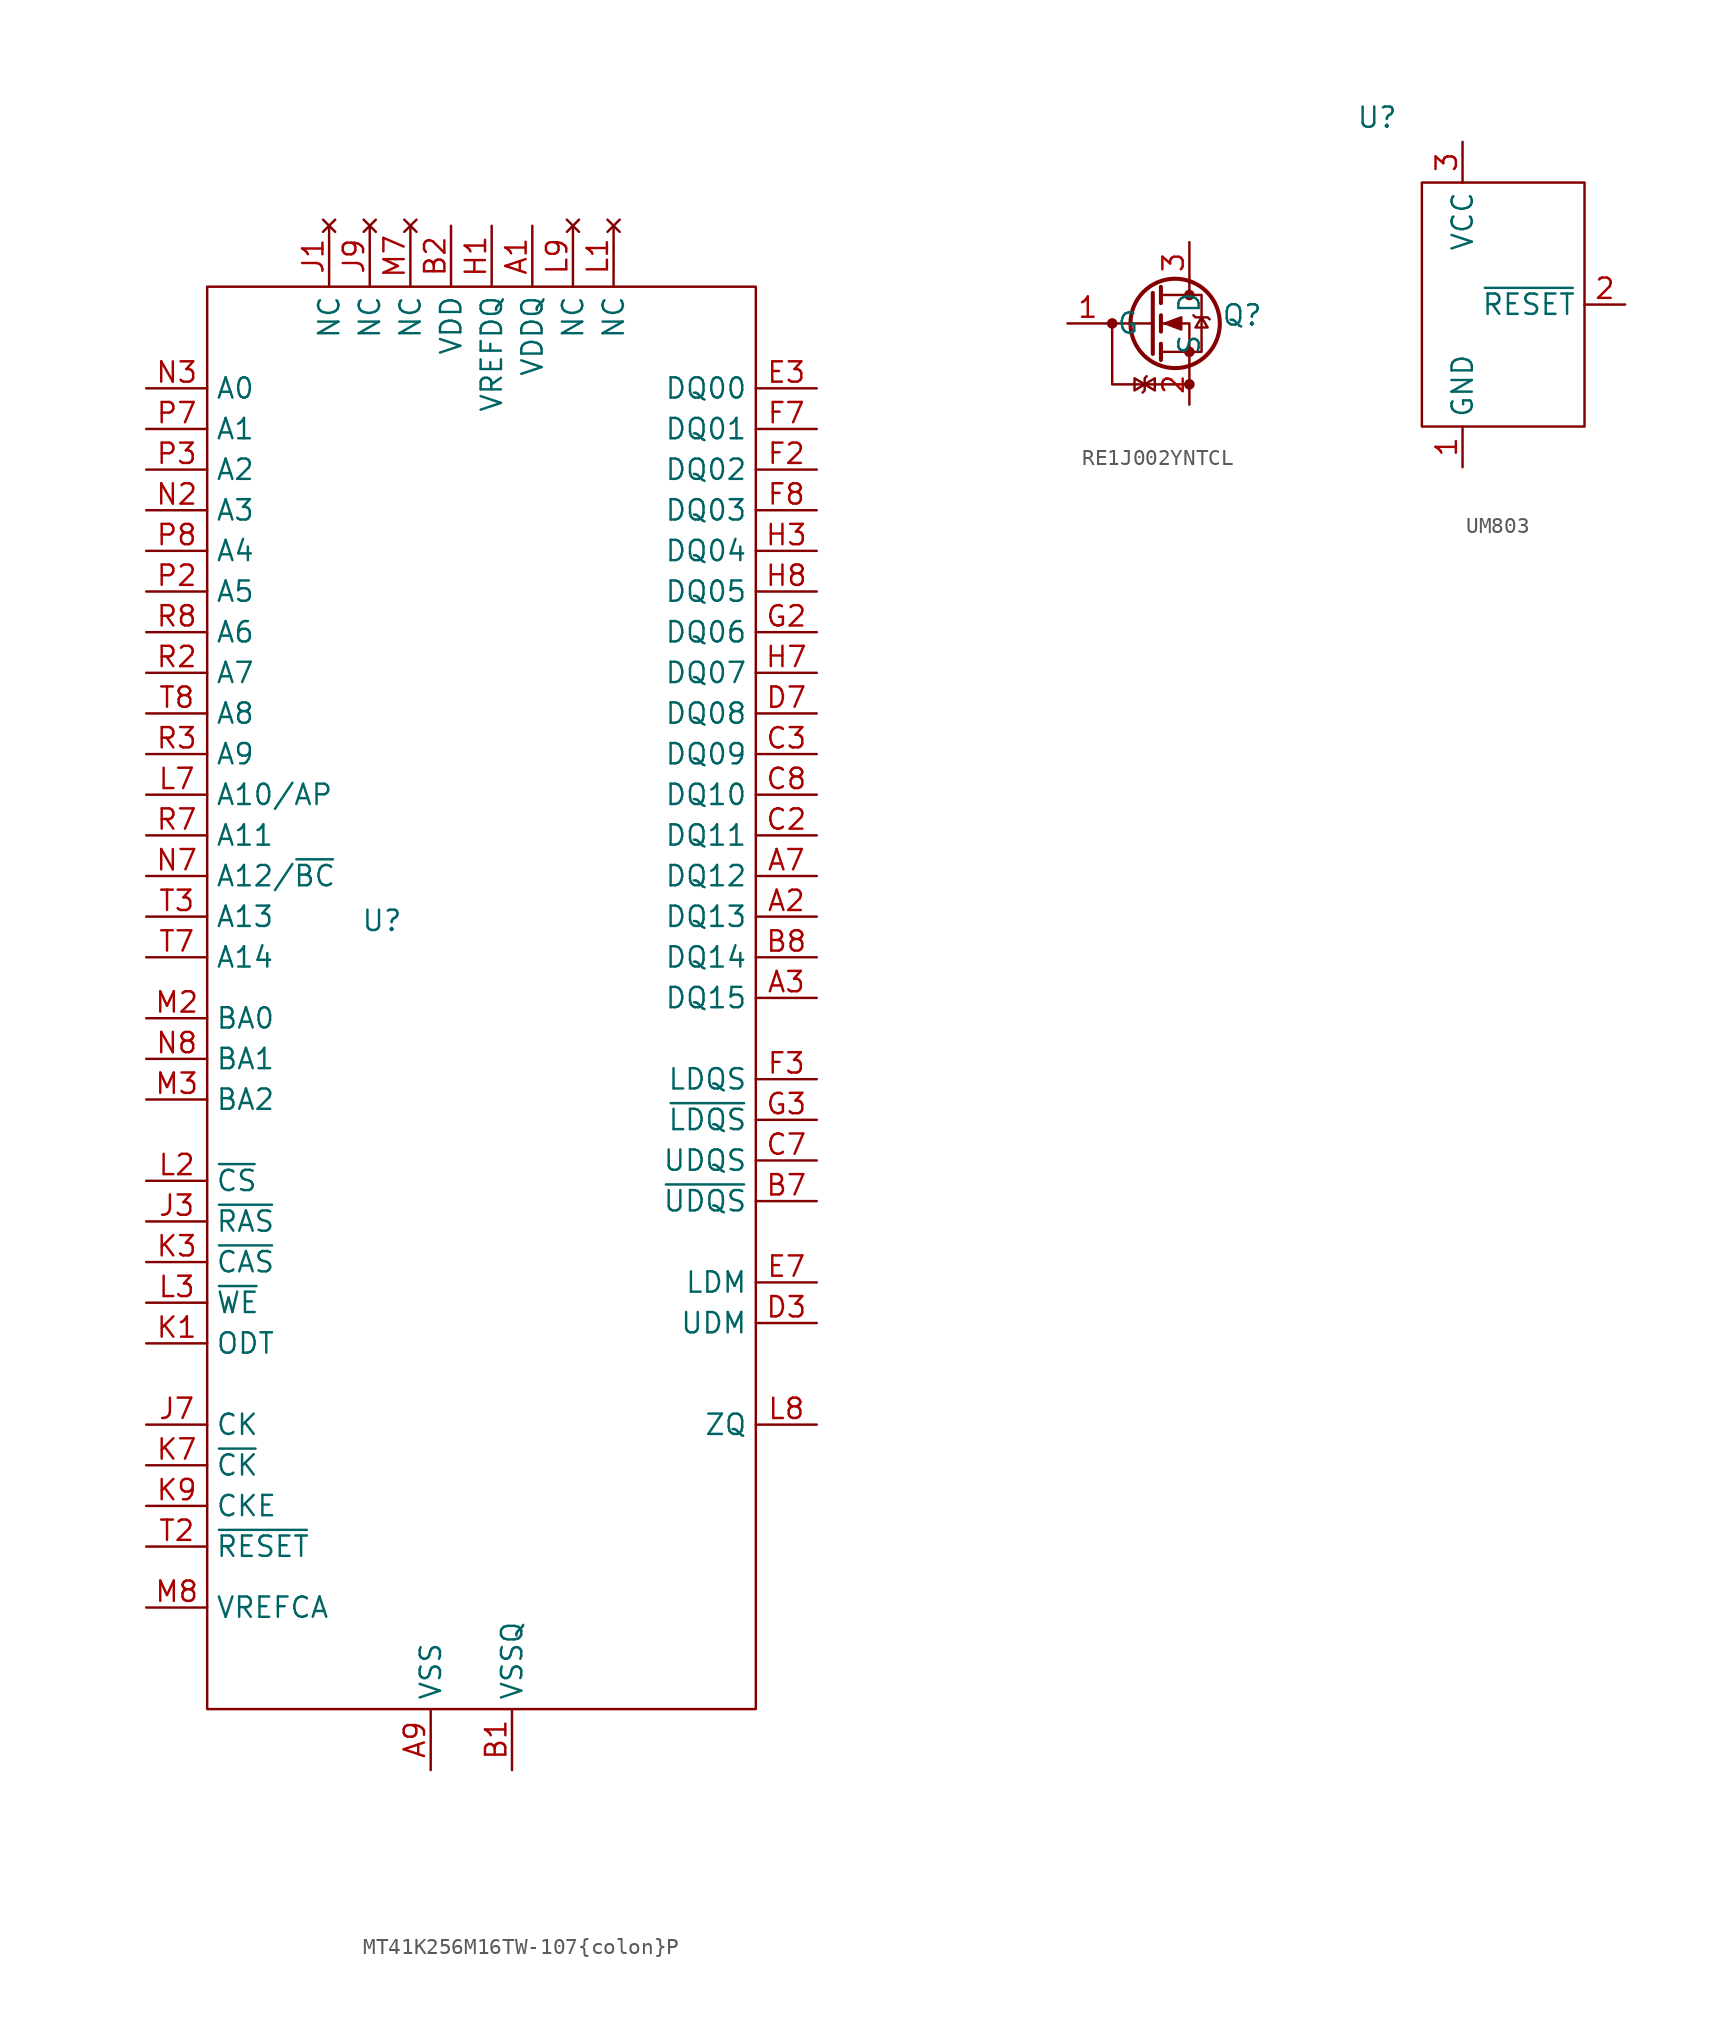
<source format=kicad_sym>
(kicad_symbol_lib
  (version 20231120)
  (generator "kicad_symbol_editor")
  (generator_version "8.0")
  (symbol "MT41K256M16TW-107{colon}P"
    (property "Reference" "U"
      (at -5.588 -1.524 0)
      (effects (font (size 1.27 1.27))))
    (property "Value" ""
      (at 26.67 13.97 0)
      (effects (font (size 1.27 1.27))))
    (symbol "MT41K256M16TW-107{colon}P_0_1"
      (rectangle (start -16.51 -50.8) (end 17.78 38.1) (stroke (width 0) (type default)) (fill (type none))))
    (symbol "MT41K256M16TW-107{colon}P_1_1"
      (pin power_in line (at 3.81 41.91 270) (length 3.81) (name "VDDQ" (effects (font (size 1.27 1.27)))) (number "A1" (effects (font (size 1.27 1.27)))))
      (pin bidirectional line (at 21.59 -1.27 180) (length 3.81) (name "DQ13" (effects (font (size 1.27 1.27)))) (number "A2" (effects (font (size 1.27 1.27)))))
      (pin bidirectional line (at 21.59 -6.35 180) (length 3.81) (name "DQ15" (effects (font (size 1.27 1.27)))) (number "A3" (effects (font (size 1.27 1.27)))))
      (pin bidirectional line (at 21.59 1.27 180) (length 3.81) (name "DQ12" (effects (font (size 1.27 1.27)))) (number "A7" (effects (font (size 1.27 1.27)))))
      (pin power_in line (at 3.81 41.91 270) (length 3.81) hide (name "VDDQ" (effects (font (size 1.27 1.27)))) (number "A8" (effects (font (size 1.27 1.27)))))
      (pin power_in line (at -2.54 -54.61 90) (length 3.81) (name "VSS" (effects (font (size 1.27 1.27)))) (number "A9" (effects (font (size 1.27 1.27)))))
      (pin power_in line (at 2.54 -54.61 90) (length 3.81) (name "VSSQ" (effects (font (size 1.27 1.27)))) (number "B1" (effects (font (size 1.27 1.27)))))
      (pin power_in line (at -1.27 41.91 270) (length 3.81) (name "VDD" (effects (font (size 1.27 1.27)))) (number "B2" (effects (font (size 1.27 1.27)))))
      (pin power_in line (at -2.54 -54.61 90) (length 3.81) hide (name "VSS" (effects (font (size 1.27 1.27)))) (number "B3" (effects (font (size 1.27 1.27)))))
      (pin bidirectional line (at 21.59 -19.05 180) (length 3.81) (name "~{UDQS}" (effects (font (size 1.27 1.27)))) (number "B7" (effects (font (size 1.27 1.27)))))
      (pin bidirectional line (at 21.59 -3.81 180) (length 3.81) (name "DQ14" (effects (font (size 1.27 1.27)))) (number "B8" (effects (font (size 1.27 1.27)))))
      (pin power_in line (at 2.54 -54.61 90) (length 3.81) hide (name "VSSQ" (effects (font (size 1.27 1.27)))) (number "B9" (effects (font (size 1.27 1.27)))))
      (pin power_in line (at 3.81 41.91 270) (length 3.81) hide (name "VDDQ" (effects (font (size 1.27 1.27)))) (number "C1" (effects (font (size 1.27 1.27)))))
      (pin bidirectional line (at 21.59 3.81 180) (length 3.81) (name "DQ11" (effects (font (size 1.27 1.27)))) (number "C2" (effects (font (size 1.27 1.27)))))
      (pin bidirectional line (at 21.59 8.89 180) (length 3.81) (name "DQ09" (effects (font (size 1.27 1.27)))) (number "C3" (effects (font (size 1.27 1.27)))))
      (pin bidirectional line (at 21.59 -16.51 180) (length 3.81) (name "UDQS" (effects (font (size 1.27 1.27)))) (number "C7" (effects (font (size 1.27 1.27)))))
      (pin bidirectional line (at 21.59 6.35 180) (length 3.81) (name "DQ10" (effects (font (size 1.27 1.27)))) (number "C8" (effects (font (size 1.27 1.27)))))
      (pin power_in line (at 3.81 41.91 270) (length 3.81) hide (name "VDDQ" (effects (font (size 1.27 1.27)))) (number "C9" (effects (font (size 1.27 1.27)))))
      (pin power_in line (at 2.54 -54.61 90) (length 3.81) hide (name "VSSQ" (effects (font (size 1.27 1.27)))) (number "D1" (effects (font (size 1.27 1.27)))))
      (pin power_in line (at 3.81 41.91 270) (length 3.81) hide (name "VDDQ" (effects (font (size 1.27 1.27)))) (number "D2" (effects (font (size 1.27 1.27)))))
      (pin passive line (at 21.59 -26.67 180) (length 3.81) (name "UDM" (effects (font (size 1.27 1.27)))) (number "D3" (effects (font (size 1.27 1.27)))))
      (pin bidirectional line (at 21.59 11.43 180) (length 3.81) (name "DQ08" (effects (font (size 1.27 1.27)))) (number "D7" (effects (font (size 1.27 1.27)))))
      (pin power_in line (at 2.54 -54.61 90) (length 3.81) hide (name "VSSQ" (effects (font (size 1.27 1.27)))) (number "D8" (effects (font (size 1.27 1.27)))))
      (pin power_in line (at -1.27 41.91 270) (length 3.81) hide (name "VDD" (effects (font (size 1.27 1.27)))) (number "D9" (effects (font (size 1.27 1.27)))))
      (pin power_in line (at -2.54 -54.61 90) (length 3.81) hide (name "VSS" (effects (font (size 1.27 1.27)))) (number "E1" (effects (font (size 1.27 1.27)))))
      (pin power_in line (at 2.54 -54.61 90) (length 3.81) hide (name "VSSQ" (effects (font (size 1.27 1.27)))) (number "E2" (effects (font (size 1.27 1.27)))))
      (pin bidirectional line (at 21.59 31.75 180) (length 3.81) (name "DQ00" (effects (font (size 1.27 1.27)))) (number "E3" (effects (font (size 1.27 1.27)))))
      (pin passive line (at 21.59 -24.13 180) (length 3.81) (name "LDM" (effects (font (size 1.27 1.27)))) (number "E7" (effects (font (size 1.27 1.27)))))
      (pin power_in line (at 2.54 -54.61 90) (length 3.81) hide (name "VSSQ" (effects (font (size 1.27 1.27)))) (number "E8" (effects (font (size 1.27 1.27)))))
      (pin power_in line (at 3.81 41.91 270) (length 3.81) hide (name "VDDQ" (effects (font (size 1.27 1.27)))) (number "E9" (effects (font (size 1.27 1.27)))))
      (pin power_in line (at 3.81 41.91 270) (length 3.81) hide (name "VDDQ" (effects (font (size 1.27 1.27)))) (number "F1" (effects (font (size 1.27 1.27)))))
      (pin bidirectional line (at 21.59 26.67 180) (length 3.81) (name "DQ02" (effects (font (size 1.27 1.27)))) (number "F2" (effects (font (size 1.27 1.27)))))
      (pin bidirectional line (at 21.59 -11.43 180) (length 3.81) (name "LDQS" (effects (font (size 1.27 1.27)))) (number "F3" (effects (font (size 1.27 1.27)))))
      (pin bidirectional line (at 21.59 29.21 180) (length 3.81) (name "DQ01" (effects (font (size 1.27 1.27)))) (number "F7" (effects (font (size 1.27 1.27)))))
      (pin bidirectional line (at 21.59 24.13 180) (length 3.81) (name "DQ03" (effects (font (size 1.27 1.27)))) (number "F8" (effects (font (size 1.27 1.27)))))
      (pin power_in line (at 2.54 -54.61 90) (length 3.81) hide (name "VSSQ" (effects (font (size 1.27 1.27)))) (number "F9" (effects (font (size 1.27 1.27)))))
      (pin power_in line (at 2.54 -54.61 90) (length 3.81) hide (name "VSSQ" (effects (font (size 1.27 1.27)))) (number "G1" (effects (font (size 1.27 1.27)))))
      (pin bidirectional line (at 21.59 16.51 180) (length 3.81) (name "DQ06" (effects (font (size 1.27 1.27)))) (number "G2" (effects (font (size 1.27 1.27)))))
      (pin bidirectional line (at 21.59 -13.97 180) (length 3.81) (name "~{LDQS}" (effects (font (size 1.27 1.27)))) (number "G3" (effects (font (size 1.27 1.27)))))
      (pin power_in line (at -1.27 41.91 270) (length 3.81) hide (name "VDD" (effects (font (size 1.27 1.27)))) (number "G7" (effects (font (size 1.27 1.27)))))
      (pin power_in line (at -2.54 -54.61 90) (length 3.81) hide (name "VSS" (effects (font (size 1.27 1.27)))) (number "G8" (effects (font (size 1.27 1.27)))))
      (pin power_in line (at 2.54 -54.61 90) (length 3.81) hide (name "VSSQ" (effects (font (size 1.27 1.27)))) (number "G9" (effects (font (size 1.27 1.27)))))
      (pin passive line (at 1.27 41.91 270) (length 3.81) (name "VREFDQ" (effects (font (size 1.27 1.27)))) (number "H1" (effects (font (size 1.27 1.27)))))
      (pin power_in line (at 3.81 41.91 270) (length 3.81) hide (name "VDDQ" (effects (font (size 1.27 1.27)))) (number "H2" (effects (font (size 1.27 1.27)))))
      (pin bidirectional line (at 21.59 21.59 180) (length 3.81) (name "DQ04" (effects (font (size 1.27 1.27)))) (number "H3" (effects (font (size 1.27 1.27)))))
      (pin bidirectional line (at 21.59 13.97 180) (length 3.81) (name "DQ07" (effects (font (size 1.27 1.27)))) (number "H7" (effects (font (size 1.27 1.27)))))
      (pin bidirectional line (at 21.59 19.05 180) (length 3.81) (name "DQ05" (effects (font (size 1.27 1.27)))) (number "H8" (effects (font (size 1.27 1.27)))))
      (pin power_in line (at 3.81 41.91 270) (length 3.81) hide (name "VDDQ" (effects (font (size 1.27 1.27)))) (number "H9" (effects (font (size 1.27 1.27)))))
      (pin no_connect line (at -8.89 41.91 270) (length 3.81) (name "NC" (effects (font (size 1.27 1.27)))) (number "J1" (effects (font (size 1.27 1.27)))))
      (pin power_in line (at -2.54 -54.61 90) (length 3.81) hide (name "VSS" (effects (font (size 1.27 1.27)))) (number "J2" (effects (font (size 1.27 1.27)))))
      (pin input line (at -20.32 -20.32 0) (length 3.81) (name "~{RAS}" (effects (font (size 1.27 1.27)))) (number "J3" (effects (font (size 1.27 1.27)))))
      (pin passive line (at -20.32 -33.02 0) (length 3.81) (name "CK" (effects (font (size 1.27 1.27)))) (number "J7" (effects (font (size 1.27 1.27)))))
      (pin power_in line (at -2.54 -54.61 90) (length 3.81) hide (name "VSS" (effects (font (size 1.27 1.27)))) (number "J8" (effects (font (size 1.27 1.27)))))
      (pin no_connect line (at -6.35 41.91 270) (length 3.81) (name "NC" (effects (font (size 1.27 1.27)))) (number "J9" (effects (font (size 1.27 1.27)))))
      (pin input line (at -20.32 -27.94 0) (length 3.81) (name "ODT" (effects (font (size 1.27 1.27)))) (number "K1" (effects (font (size 1.27 1.27)))))
      (pin power_in line (at -1.27 41.91 270) (length 3.81) hide (name "VDD" (effects (font (size 1.27 1.27)))) (number "K2" (effects (font (size 1.27 1.27)))))
      (pin input line (at -20.32 -22.86 0) (length 3.81) (name "~{CAS}" (effects (font (size 1.27 1.27)))) (number "K3" (effects (font (size 1.27 1.27)))))
      (pin passive line (at -20.32 -35.56 0) (length 3.81) (name "~{CK}" (effects (font (size 1.27 1.27)))) (number "K7" (effects (font (size 1.27 1.27)))))
      (pin power_in line (at -1.27 41.91 270) (length 3.81) hide (name "VDD" (effects (font (size 1.27 1.27)))) (number "K8" (effects (font (size 1.27 1.27)))))
      (pin passive line (at -20.32 -38.1 0) (length 3.81) (name "CKE" (effects (font (size 1.27 1.27)))) (number "K9" (effects (font (size 1.27 1.27)))))
      (pin no_connect line (at 8.89 41.91 270) (length 3.81) (name "NC" (effects (font (size 1.27 1.27)))) (number "L1" (effects (font (size 1.27 1.27)))))
      (pin input line (at -20.32 -17.78 0) (length 3.81) (name "~{CS}" (effects (font (size 1.27 1.27)))) (number "L2" (effects (font (size 1.27 1.27)))))
      (pin input line (at -20.32 -25.4 0) (length 3.81) (name "~{WE}" (effects (font (size 1.27 1.27)))) (number "L3" (effects (font (size 1.27 1.27)))))
      (pin input line (at -20.32 6.35 0) (length 3.81) (name "A10/AP" (effects (font (size 1.27 1.27)))) (number "L7" (effects (font (size 1.27 1.27)))))
      (pin input line (at 21.59 -33.02 180) (length 3.81) (name "ZQ" (effects (font (size 1.27 1.27)))) (number "L8" (effects (font (size 1.27 1.27)))))
      (pin no_connect line (at 6.35 41.91 270) (length 3.81) (name "NC" (effects (font (size 1.27 1.27)))) (number "L9" (effects (font (size 1.27 1.27)))))
      (pin power_in line (at -2.54 -54.61 90) (length 3.81) hide (name "VSS" (effects (font (size 1.27 1.27)))) (number "M1" (effects (font (size 1.27 1.27)))))
      (pin input line (at -20.32 -7.62 0) (length 3.81) (name "BA0" (effects (font (size 1.27 1.27)))) (number "M2" (effects (font (size 1.27 1.27)))))
      (pin input line (at -20.32 -12.7 0) (length 3.81) (name "BA2" (effects (font (size 1.27 1.27)))) (number "M3" (effects (font (size 1.27 1.27)))))
      (pin no_connect line (at -3.81 41.91 270) (length 3.81) (name "NC" (effects (font (size 1.27 1.27)))) (number "M7" (effects (font (size 1.27 1.27)))))
      (pin passive line (at -20.32 -44.45 0) (length 3.81) (name "VREFCA" (effects (font (size 1.27 1.27)))) (number "M8" (effects (font (size 1.27 1.27)))))
      (pin power_in line (at -2.54 -54.61 90) (length 3.81) hide (name "VSS" (effects (font (size 1.27 1.27)))) (number "M9" (effects (font (size 1.27 1.27)))))
      (pin power_in line (at -1.27 41.91 270) (length 3.81) hide (name "VDD" (effects (font (size 1.27 1.27)))) (number "N1" (effects (font (size 1.27 1.27)))))
      (pin input line (at -20.32 24.13 0) (length 3.81) (name "A3" (effects (font (size 1.27 1.27)))) (number "N2" (effects (font (size 1.27 1.27)))))
      (pin input line (at -20.32 31.75 0) (length 3.81) (name "A0" (effects (font (size 1.27 1.27)))) (number "N3" (effects (font (size 1.27 1.27)))))
      (pin input line (at -20.32 1.27 0) (length 3.81) (name "A12/~{BC}" (effects (font (size 1.27 1.27)))) (number "N7" (effects (font (size 1.27 1.27)))))
      (pin input line (at -20.32 -10.16 0) (length 3.81) (name "BA1" (effects (font (size 1.27 1.27)))) (number "N8" (effects (font (size 1.27 1.27)))))
      (pin power_in line (at -1.27 41.91 270) (length 3.81) hide (name "VDD" (effects (font (size 1.27 1.27)))) (number "N9" (effects (font (size 1.27 1.27)))))
      (pin power_in line (at -2.54 -54.61 90) (length 3.81) hide (name "VSS" (effects (font (size 1.27 1.27)))) (number "P1" (effects (font (size 1.27 1.27)))))
      (pin input line (at -20.32 19.05 0) (length 3.81) (name "A5" (effects (font (size 1.27 1.27)))) (number "P2" (effects (font (size 1.27 1.27)))))
      (pin input line (at -20.32 26.67 0) (length 3.81) (name "A2" (effects (font (size 1.27 1.27)))) (number "P3" (effects (font (size 1.27 1.27)))))
      (pin input line (at -20.32 29.21 0) (length 3.81) (name "A1" (effects (font (size 1.27 1.27)))) (number "P7" (effects (font (size 1.27 1.27)))))
      (pin input line (at -20.32 21.59 0) (length 3.81) (name "A4" (effects (font (size 1.27 1.27)))) (number "P8" (effects (font (size 1.27 1.27)))))
      (pin power_in line (at -2.54 -54.61 90) (length 3.81) hide (name "VSS" (effects (font (size 1.27 1.27)))) (number "P9" (effects (font (size 1.27 1.27)))))
      (pin power_in line (at -1.27 41.91 270) (length 3.81) hide (name "VDD" (effects (font (size 1.27 1.27)))) (number "R1" (effects (font (size 1.27 1.27)))))
      (pin input line (at -20.32 13.97 0) (length 3.81) (name "A7" (effects (font (size 1.27 1.27)))) (number "R2" (effects (font (size 1.27 1.27)))))
      (pin input line (at -20.32 8.89 0) (length 3.81) (name "A9" (effects (font (size 1.27 1.27)))) (number "R3" (effects (font (size 1.27 1.27)))))
      (pin input line (at -20.32 3.81 0) (length 3.81) (name "A11" (effects (font (size 1.27 1.27)))) (number "R7" (effects (font (size 1.27 1.27)))))
      (pin input line (at -20.32 16.51 0) (length 3.81) (name "A6" (effects (font (size 1.27 1.27)))) (number "R8" (effects (font (size 1.27 1.27)))))
      (pin power_in line (at -1.27 41.91 270) (length 3.81) hide (name "VDD" (effects (font (size 1.27 1.27)))) (number "R9" (effects (font (size 1.27 1.27)))))
      (pin power_in line (at -2.54 -54.61 90) (length 3.81) hide (name "VSS" (effects (font (size 1.27 1.27)))) (number "T1" (effects (font (size 1.27 1.27)))))
      (pin input line (at -20.32 -40.64 0) (length 3.81) (name "~{RESET}" (effects (font (size 1.27 1.27)))) (number "T2" (effects (font (size 1.27 1.27)))))
      (pin input line (at -20.32 -1.27 0) (length 3.81) (name "A13" (effects (font (size 1.27 1.27)))) (number "T3" (effects (font (size 1.27 1.27)))))
      (pin input line (at -20.32 -3.81 0) (length 3.81) (name "A14" (effects (font (size 1.27 1.27)))) (number "T7" (effects (font (size 1.27 1.27)))))
      (pin input line (at -20.32 11.43 0) (length 3.81) (name "A8" (effects (font (size 1.27 1.27)))) (number "T8" (effects (font (size 1.27 1.27)))))
      (pin power_in line (at -2.54 -54.61 90) (length 3.81) hide (name "VSS" (effects (font (size 1.27 1.27)))) (number "T9" (effects (font (size 1.27 1.27)))))))
  (symbol "RE1J002YNTCL"
    (property "Reference" "Q"
      (at 3.302 0.508 0)
      (effects (font (size 1.27 1.27))))
    (property "Value" ""
      (at -1.27 13.97 0)
      (effects (font (size 1.27 1.27))))
    (symbol "RE1J002YNTCL_0_1"
      (polyline (pts (xy 0 -3.81) (xy -4.826 -3.81) (xy -4.826 0)) (stroke (width 0) (type default)) (fill (type none))))
    (symbol "RE1J002YNTCL_1_1"
      (circle (center -4.826 0) (radius 0.254) (stroke (width 0) (type default)) (fill (type outline)))
      (circle (center -0.889 0) (radius 2.794) (stroke (width 0.254) (type default)) (fill (type none)))
      (circle (center 0 -3.81) (radius 0.254) (stroke (width 0) (type default)) (fill (type outline)))
      (circle (center 0 -1.778) (radius 0.254) (stroke (width 0) (type default)) (fill (type outline)))
      (polyline (pts (xy -2.286 0) (xy -5.08 0)) (stroke (width 0) (type default)) (fill (type none)))
      (polyline (pts (xy -2.286 1.905) (xy -2.286 -1.905)) (stroke (width 0.254) (type default)) (fill (type none)))
      (polyline (pts (xy -1.778 -1.27) (xy -1.778 -2.286)) (stroke (width 0.254) (type default)) (fill (type none)))
      (polyline (pts (xy -1.778 0.508) (xy -1.778 -0.508)) (stroke (width 0.254) (type default)) (fill (type none)))
      (polyline (pts (xy -1.778 2.286) (xy -1.778 1.27)) (stroke (width 0.254) (type default)) (fill (type none)))
      (polyline (pts (xy 0 2.54) (xy 0 1.778)) (stroke (width 0) (type default)) (fill (type none)))
      (polyline (pts (xy 0 -2.54) (xy 0 0) (xy -1.778 0)) (stroke (width 0) (type default)) (fill (type none)))
      (polyline (pts (xy -2.794 -3.81) (xy -3.429 -3.429) (xy -3.429 -4.191) (xy -2.794 -3.81)) (stroke (width 0) (type default)) (fill (type none)))
      (polyline (pts (xy -2.794 -3.81) (xy -2.159 -4.191) (xy -2.159 -3.429) (xy -2.794 -3.81)) (stroke (width 0) (type default)) (fill (type none)))
      (polyline (pts (xy -2.667 -3.302) (xy -2.794 -3.429) (xy -2.794 -4.191) (xy -2.921 -4.318)) (stroke (width 0) (type default)) (fill (type none)))
      (polyline (pts (xy -1.778 -1.778) (xy 0.762 -1.778) (xy 0.762 1.778) (xy -1.778 1.778)) (stroke (width 0) (type default)) (fill (type none)))
      (polyline (pts (xy -1.524 0) (xy -0.508 0.381) (xy -0.508 -0.381) (xy -1.524 0)) (stroke (width 0) (type default)) (fill (type outline)))
      (polyline (pts (xy 0.254 0.508) (xy 0.381 0.381) (xy 1.143 0.381) (xy 1.27 0.254)) (stroke (width 0) (type default)) (fill (type none)))
      (polyline (pts (xy 0.762 0.381) (xy 0.381 -0.254) (xy 1.143 -0.254) (xy 0.762 0.381)) (stroke (width 0) (type default)) (fill (type none)))
      (circle (center 0 1.778) (radius 0.254) (stroke (width 0) (type default)) (fill (type outline)))
      (pin input line (at -7.62 0 0) (length 2.54) (name "G" (effects (font (size 1.27 1.27)))) (number "1" (effects (font (size 1.27 1.27)))))
      (pin passive line (at 0 -5.08 90) (length 2.54) (name "S" (effects (font (size 1.27 1.27)))) (number "2" (effects (font (size 1.27 1.27)))))
      (pin passive line (at 0 5.08 270) (length 2.54) (name "D" (effects (font (size 1.27 1.27)))) (number "3" (effects (font (size 1.27 1.27)))))))
  (symbol "UM803"
    (property "Reference" "U"
      (at -5.334 9.144 0)
      (effects (font (size 1.27 1.27))))
    (property "Value" ""
      (at 0 0 0)
      (effects (font (size 1.27 1.27))))
    (symbol "UM803_0_1"
      (rectangle (start -2.54 5.08) (end 7.62 -10.16) (stroke (width 0) (type default)) (fill (type none))))
    (symbol "UM803_1_1"
      (pin passive line (at 0 -12.7 90) (length 2.54) (name "GND" (effects (font (size 1.27 1.27)))) (number "1" (effects (font (size 1.27 1.27)))))
      (pin output line (at 10.16 -2.54 180) (length 2.54) (name "~{RESET}" (effects (font (size 1.27 1.27)))) (number "2" (effects (font (size 1.27 1.27)))))
      (pin power_in line (at 0 7.62 270) (length 2.54) (name "VCC" (effects (font (size 1.27 1.27)))) (number "3" (effects (font (size 1.27 1.27))))))))
</source>
